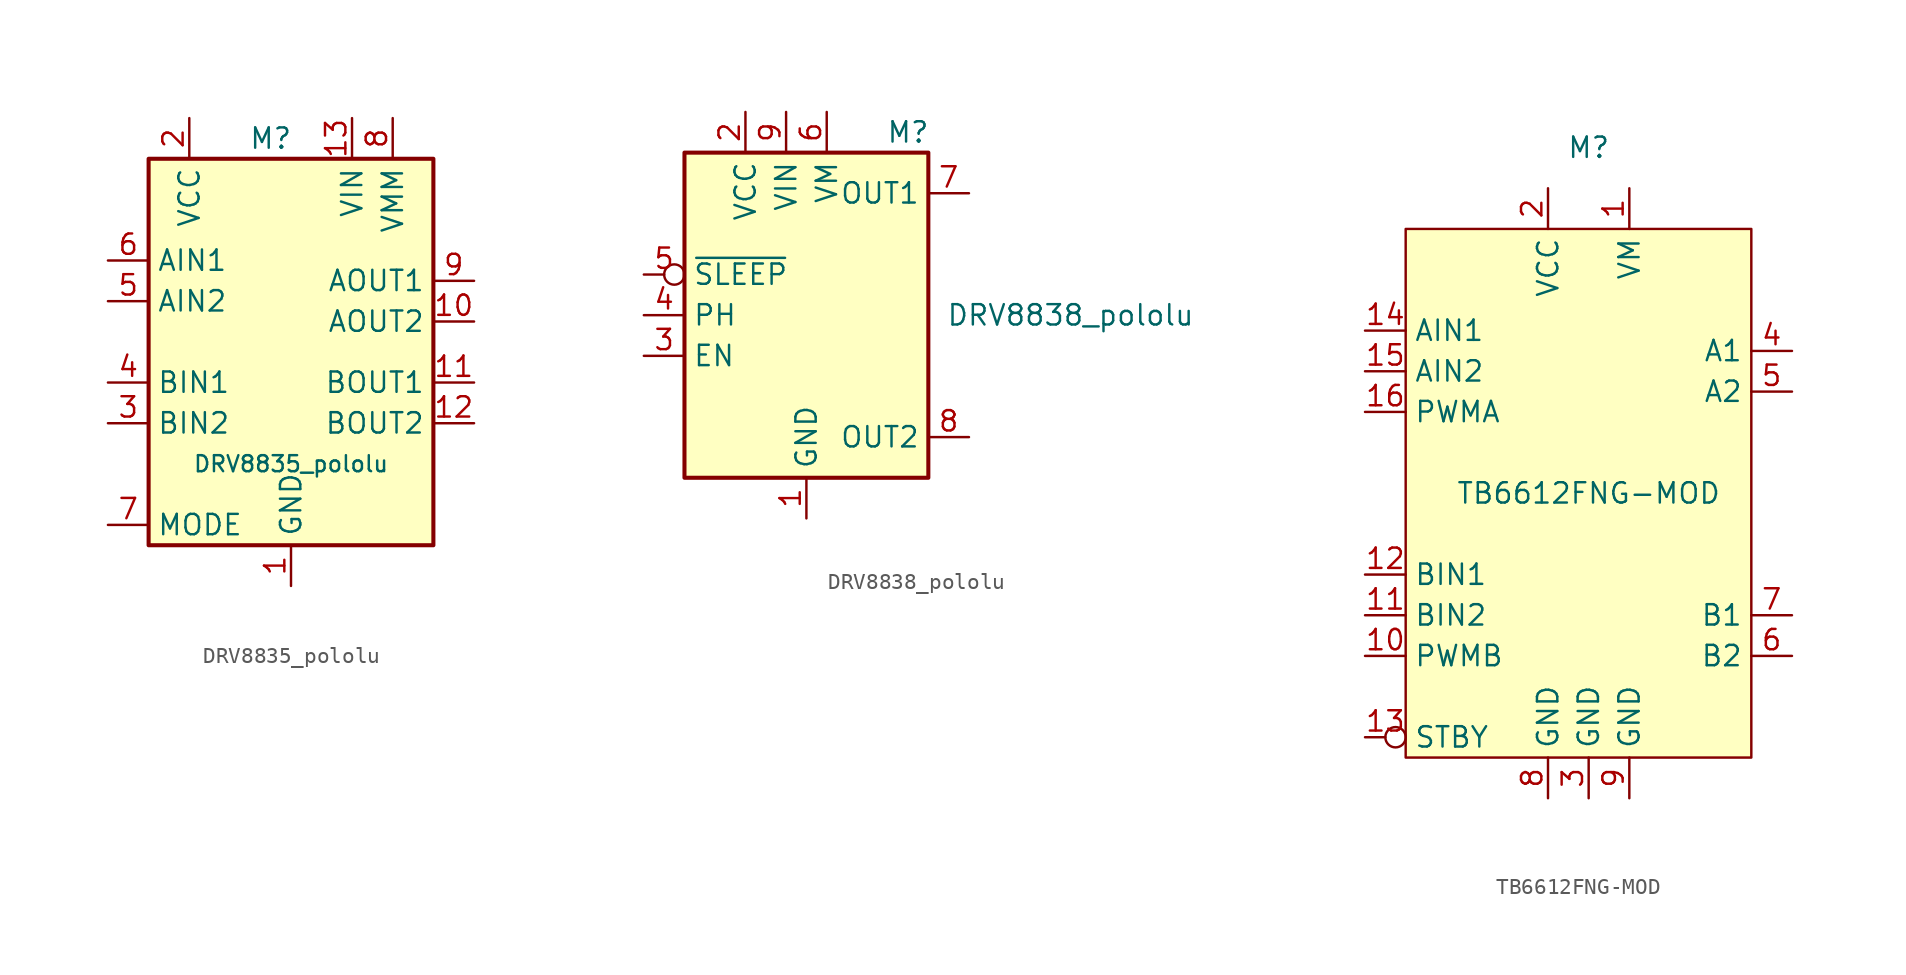
<source format=kicad_sym>
(kicad_symbol_lib
  (version 20211014)
  (generator kicad_symbol_editor)
  (symbol "DRV8835_pololu"
    (property "Reference" "M"
      (at -1.27 12.7 0)
      (effects (font (size 1.27 1.27))))
    (property "Value" "DRV8835_pololu"
      (at 0 -7.62 0)
      (effects (font (size 1 1))))
    (symbol "DRV8835_pololu_0_1"
      (rectangle (start -8.89 11.43) (end 8.89 -12.7) (stroke (width 0.254) (type default) (color 0 0 0 0)) (fill (type background))))
    (symbol "DRV8835_pololu_1_1"
      (pin power_in line (at 0 -15.24 90) (length 2.54) (name "GND" (effects (font (size 1.27 1.27)))) (number "1" (effects (font (size 1.27 1.27)))))
      (pin output line (at 11.43 1.27 180) (length 2.54) (name "AOUT2" (effects (font (size 1.27 1.27)))) (number "10" (effects (font (size 1.27 1.27)))))
      (pin output line (at 11.43 -2.54 180) (length 2.54) (name "BOUT1" (effects (font (size 1.27 1.27)))) (number "11" (effects (font (size 1.27 1.27)))))
      (pin output line (at 11.43 -5.08 180) (length 2.54) (name "BOUT2" (effects (font (size 1.27 1.27)))) (number "12" (effects (font (size 1.27 1.27)))))
      (pin power_in line (at 3.81 13.97 270) (length 2.54) (name "VIN" (effects (font (size 1.27 1.27)))) (number "13" (effects (font (size 1.27 1.27)))))
      (pin power_in line (at 2.54 -15.24 90) (length 2.54) hide (name "GND" (effects (font (size 1.27 1.27)))) (number "14" (effects (font (size 1.27 1.27)))))
      (pin power_in line (at -6.35 13.97 270) (length 2.54) (name "VCC" (effects (font (size 1.27 1.27)))) (number "2" (effects (font (size 1.27 1.27)))))
      (pin input line (at -11.43 -5.08 0) (length 2.54) (name "BIN2" (effects (font (size 1.27 1.27)))) (number "3" (effects (font (size 1.27 1.27)))))
      (pin input line (at -11.43 -2.54 0) (length 2.54) (name "BIN1" (effects (font (size 1.27 1.27)))) (number "4" (effects (font (size 1.27 1.27)))))
      (pin input line (at -11.43 2.54 0) (length 2.54) (name "AIN2" (effects (font (size 1.27 1.27)))) (number "5" (effects (font (size 1.27 1.27)))))
      (pin input line (at -11.43 5.08 0) (length 2.54) (name "AIN1" (effects (font (size 1.27 1.27)))) (number "6" (effects (font (size 1.27 1.27)))))
      (pin input line (at -11.43 -11.43 0) (length 2.54) (name "MODE" (effects (font (size 1.27 1.27)))) (number "7" (effects (font (size 1.27 1.27)))))
      (pin power_in line (at 6.35 13.97 270) (length 2.54) (name "VMM" (effects (font (size 1.27 1.27)))) (number "8" (effects (font (size 1.27 1.27)))))
      (pin output line (at 11.43 3.81 180) (length 2.54) (name "AOUT1" (effects (font (size 1.27 1.27)))) (number "9" (effects (font (size 1.27 1.27)))))))
  (symbol "DRV8838_pololu"
    (property "Reference" "M"
      (at 6.35 11.43 0)
      (effects (font (size 1.27 1.27))))
    (property "Value" "DRV8838_pololu"
      (at 16.51 0 0)
      (effects (font (size 1.27 1.27))))
    (symbol "DRV8838_pololu_0_1"
      (rectangle (start -7.62 10.16) (end 7.62 -10.16) (stroke (width 0.254) (type default) (color 0 0 0 0)) (fill (type background))))
    (symbol "DRV8838_pololu_1_1"
      (pin power_in line (at 0 -12.7 90) (length 2.54) (name "GND" (effects (font (size 1.27 1.27)))) (number "1" (effects (font (size 1.27 1.27)))))
      (pin power_in line (at -2.54 -12.7 90) (length 2.54) hide (name "GND" (effects (font (size 1.27 1.27)))) (number "10" (effects (font (size 1.27 1.27)))))
      (pin power_in line (at -3.81 12.7 270) (length 2.54) (name "VCC" (effects (font (size 1.27 1.27)))) (number "2" (effects (font (size 1.27 1.27)))))
      (pin input line (at -10.16 -2.54 0) (length 2.54) (name "EN" (effects (font (size 1.27 1.27)))) (number "3" (effects (font (size 1.27 1.27)))))
      (pin input line (at -10.16 0 0) (length 2.54) (name "PH" (effects (font (size 1.27 1.27)))) (number "4" (effects (font (size 1.27 1.27)))))
      (pin input inverted (at -10.16 2.54 0) (length 2.54) (name "~{SLEEP}" (effects (font (size 1.27 1.27)))) (number "5" (effects (font (size 1.27 1.27)))))
      (pin power_in line (at 1.27 12.7 270) (length 2.54) (name "VM" (effects (font (size 1.27 1.27)))) (number "6" (effects (font (size 1.27 1.27)))))
      (pin output line (at 10.16 7.62 180) (length 2.54) (name "OUT1" (effects (font (size 1.27 1.27)))) (number "7" (effects (font (size 1.27 1.27)))))
      (pin output line (at 10.16 -7.62 180) (length 2.54) (name "OUT2" (effects (font (size 1.27 1.27)))) (number "8" (effects (font (size 1.27 1.27)))))
      (pin power_in line (at -1.27 12.7 270) (length 2.54) (name "VIN" (effects (font (size 1.27 1.27)))) (number "9" (effects (font (size 1.27 1.27)))))))
  (symbol "TB6612FNG-MOD"
    (property "Reference" "M"
      (at 0 21.59 0)
      (effects (font (size 1.27 1.27))))
    (property "Value" "TB6612FNG-MOD"
      (at 0 0 0)
      (effects (font (size 1.27 1.27))))
    (symbol "TB6612FNG-MOD_0_1"
      (rectangle (start -11.43 16.51) (end 10.16 -16.51) (stroke (width 0) (type default) (color 0 0 0 0)) (fill (type background))))
    (symbol "TB6612FNG-MOD_1_1"
      (pin power_in line (at 2.54 19.05 270) (length 2.54) (name "VM" (effects (font (size 1.27 1.27)))) (number "1" (effects (font (size 1.27 1.27)))))
      (pin input line (at -13.97 -10.16 0) (length 2.54) (name "PWMB" (effects (font (size 1.27 1.27)))) (number "10" (effects (font (size 1.27 1.27)))))
      (pin input line (at -13.97 -7.62 0) (length 2.54) (name "BIN2" (effects (font (size 1.27 1.27)))) (number "11" (effects (font (size 1.27 1.27)))))
      (pin input line (at -13.97 -5.08 0) (length 2.54) (name "BIN1" (effects (font (size 1.27 1.27)))) (number "12" (effects (font (size 1.27 1.27)))))
      (pin input inverted (at -13.97 -15.24 0) (length 2.54) (name "STBY" (effects (font (size 1.27 1.27)))) (number "13" (effects (font (size 1.27 1.27)))))
      (pin input line (at -13.97 10.16 0) (length 2.54) (name "AIN1" (effects (font (size 1.27 1.27)))) (number "14" (effects (font (size 1.27 1.27)))))
      (pin input line (at -13.97 7.62 0) (length 2.54) (name "AIN2" (effects (font (size 1.27 1.27)))) (number "15" (effects (font (size 1.27 1.27)))))
      (pin input line (at -13.97 5.08 0) (length 2.54) (name "PWMA" (effects (font (size 1.27 1.27)))) (number "16" (effects (font (size 1.27 1.27)))))
      (pin power_in line (at -2.54 19.05 270) (length 2.54) (name "VCC" (effects (font (size 1.27 1.27)))) (number "2" (effects (font (size 1.27 1.27)))))
      (pin power_in line (at 0 -19.05 90) (length 2.54) (name "GND" (effects (font (size 1.27 1.27)))) (number "3" (effects (font (size 1.27 1.27)))))
      (pin output line (at 12.7 8.89 180) (length 2.54) (name "A1" (effects (font (size 1.27 1.27)))) (number "4" (effects (font (size 1.27 1.27)))))
      (pin output line (at 12.7 6.35 180) (length 2.54) (name "A2" (effects (font (size 1.27 1.27)))) (number "5" (effects (font (size 1.27 1.27)))))
      (pin output line (at 12.7 -10.16 180) (length 2.54) (name "B2" (effects (font (size 1.27 1.27)))) (number "6" (effects (font (size 1.27 1.27)))))
      (pin output line (at 12.7 -7.62 180) (length 2.54) (name "B1" (effects (font (size 1.27 1.27)))) (number "7" (effects (font (size 1.27 1.27)))))
      (pin power_in line (at -2.54 -19.05 90) (length 2.54) (name "GND" (effects (font (size 1.27 1.27)))) (number "8" (effects (font (size 1.27 1.27)))))
      (pin power_in line (at 2.54 -19.05 90) (length 2.54) (name "GND" (effects (font (size 1.27 1.27)))) (number "9" (effects (font (size 1.27 1.27))))))))
</source>
